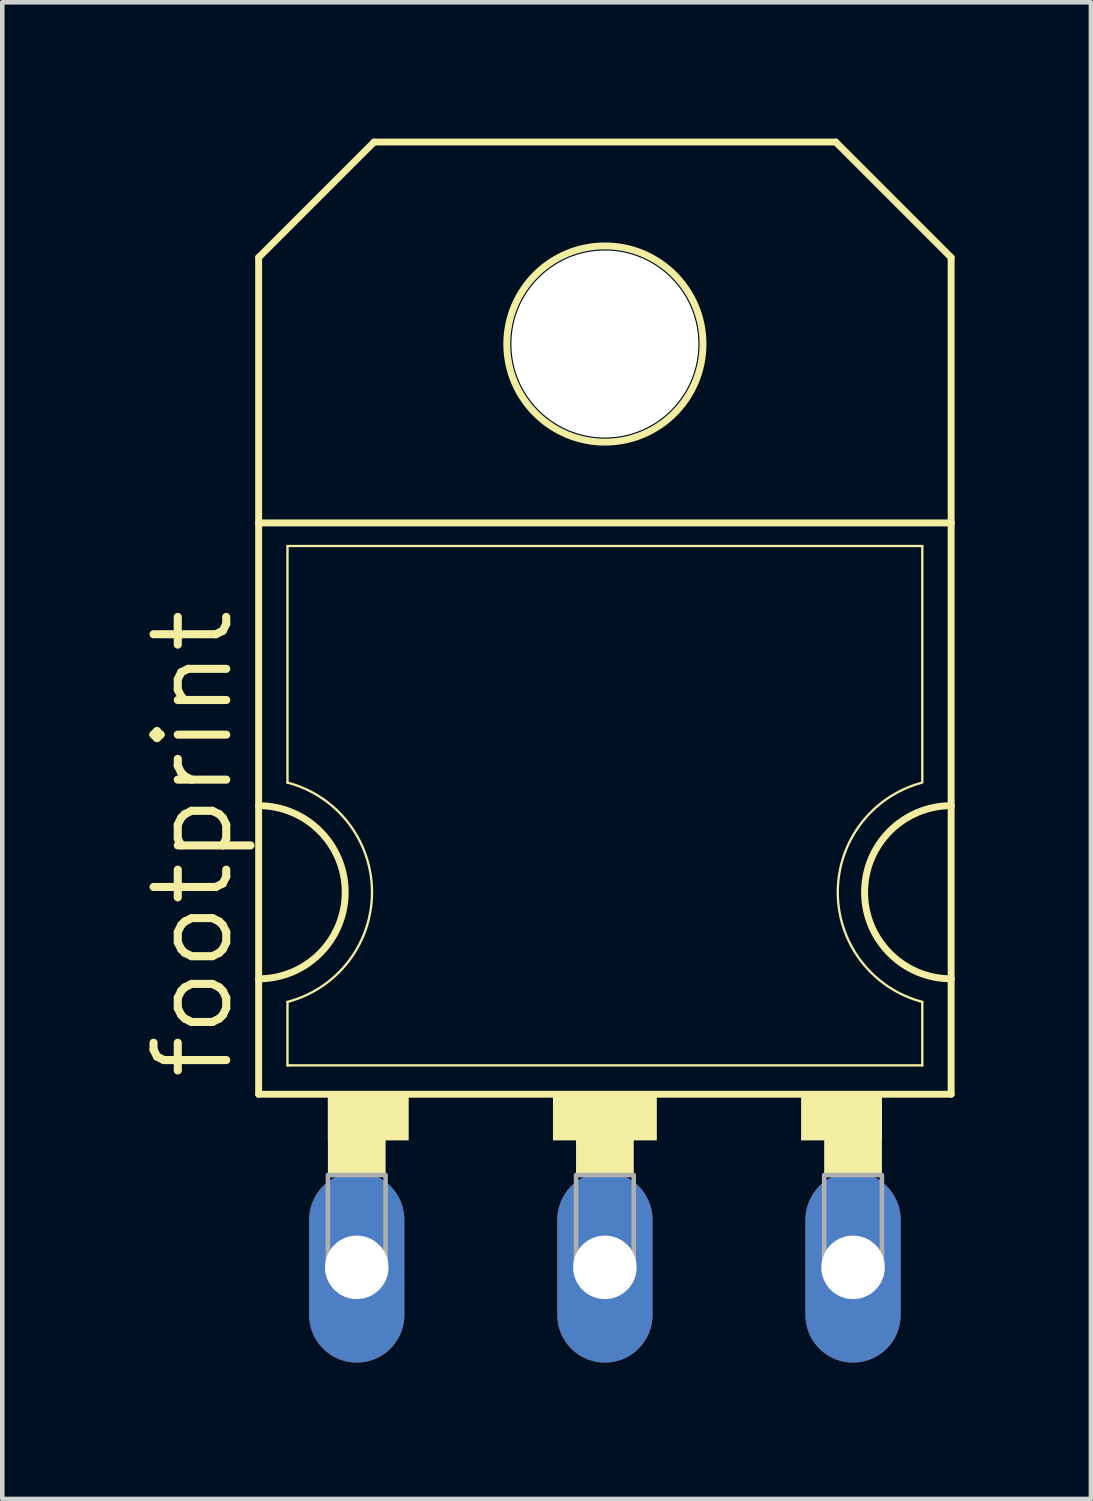
<source format=kicad_pcb>
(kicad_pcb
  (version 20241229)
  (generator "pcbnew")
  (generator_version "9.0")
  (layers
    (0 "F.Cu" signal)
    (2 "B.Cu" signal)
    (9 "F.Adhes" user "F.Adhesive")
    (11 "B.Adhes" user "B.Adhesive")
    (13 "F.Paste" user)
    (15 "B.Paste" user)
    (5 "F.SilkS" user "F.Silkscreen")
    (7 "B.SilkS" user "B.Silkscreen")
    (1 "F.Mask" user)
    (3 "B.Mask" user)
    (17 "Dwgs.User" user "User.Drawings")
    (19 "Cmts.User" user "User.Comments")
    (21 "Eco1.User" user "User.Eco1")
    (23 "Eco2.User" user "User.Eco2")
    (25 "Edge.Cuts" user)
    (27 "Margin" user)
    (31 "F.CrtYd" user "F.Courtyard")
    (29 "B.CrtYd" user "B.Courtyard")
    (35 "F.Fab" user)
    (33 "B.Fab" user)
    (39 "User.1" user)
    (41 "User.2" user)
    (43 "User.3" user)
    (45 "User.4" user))
  (footprint "footprint"
    (layer "F.Cu")
    (at 10.262 14.681)
    (property "Reference" "footprint" (at -8.128 6.096 90) (layer "F.SilkS") (effects (font (size 1.6 1.6) (thickness 0.178)) (justify left bottom)))
    (fp_line (start -7.62 -12.065) (end -7.62 -6.223) (stroke (width 0.152) (type solid)) (layer "F.SilkS"))
    (fp_line (start -7.62 -12.065) (end -5.08 -14.605) (stroke (width 0.152) (type solid)) (layer "F.SilkS"))
    (fp_line (start -7.62 0) (end -7.62 -6.223) (stroke (width 0.152) (type solid)) (layer "F.SilkS"))
    (fp_line (start -7.62 3.81) (end -7.62 0) (stroke (width 0.152) (type solid)) (layer "F.SilkS"))
    (fp_line (start -7.62 6.35) (end -7.62 3.81) (stroke (width 0.152) (type solid)) (layer "F.SilkS"))
    (fp_line (start -7.62 6.35) (end 7.62 6.35) (stroke (width 0.152) (type solid)) (layer "F.SilkS"))
    (fp_line (start -6.985 -0.508) (end -6.985 -5.715) (stroke (width 0.051) (type solid)) (layer "F.SilkS"))
    (fp_line (start -6.985 5.715) (end -6.985 4.318) (stroke (width 0.051) (type solid)) (layer "F.SilkS"))
    (fp_line (start -6.985 5.715) (end 6.985 5.715) (stroke (width 0.051) (type solid)) (layer "F.SilkS"))
    (fp_line (start 5.08 -14.605) (end -5.08 -14.605) (stroke (width 0.152) (type solid)) (layer "F.SilkS"))
    (fp_line (start 6.985 -5.715) (end -6.985 -5.715) (stroke (width 0.051) (type solid)) (layer "F.SilkS"))
    (fp_line (start 6.985 -0.508) (end 6.985 -5.715) (stroke (width 0.051) (type solid)) (layer "F.SilkS"))
    (fp_line (start 6.985 5.715) (end 6.985 4.318) (stroke (width 0.051) (type solid)) (layer "F.SilkS"))
    (fp_line (start 7.62 -12.065) (end 5.08 -14.605) (stroke (width 0.152) (type solid)) (layer "F.SilkS"))
    (fp_line (start 7.62 -12.065) (end 7.62 -6.223) (stroke (width 0.152) (type solid)) (layer "F.SilkS"))
    (fp_line (start 7.62 -6.223) (end -7.62 -6.223) (stroke (width 0.152) (type solid)) (layer "F.SilkS"))
    (fp_line (start 7.62 -6.223) (end 7.62 0) (stroke (width 0.152) (type solid)) (layer "F.SilkS"))
    (fp_line (start 7.62 0) (end 7.62 3.81) (stroke (width 0.152) (type solid)) (layer "F.SilkS"))
    (fp_line (start 7.62 3.81) (end 7.62 6.35) (stroke (width 0.152) (type solid)) (layer "F.SilkS"))
    (fp_arc (start -7.62 0) (mid -5.715 1.905) (end -7.62 3.81) (stroke (width 0.1524) (type solid)) (layer "F.SilkS"))
    (fp_arc (start -6.985 -0.508) (mid -5.124846 1.905) (end -6.985 4.318) (stroke (width 0.0508) (type solid)) (layer "F.SilkS"))
    (fp_arc (start 6.9851 4.3178) (mid 5.125027 1.921942) (end 6.9522 -0.4991) (stroke (width 0.0508) (type solid)) (layer "F.SilkS"))
    (fp_arc (start 7.62 3.81) (mid 5.715 1.905) (end 7.62 0) (stroke (width 0.1524) (type solid)) (layer "F.SilkS"))
    (fp_circle (center 0 -10.16) (end 2.159 -10.16) (stroke (width 0.152) (type solid)) (fill no) (layer "F.SilkS"))
    (fp_poly (pts (xy -6.096 7.366) (xy -4.318 7.366) (xy -4.318 6.35) (xy -6.096 6.35)) (stroke (width 0) (type solid)) (fill yes) (layer "F.SilkS"))
    (fp_poly (pts (xy -6.096 8.128) (xy -4.826 8.128) (xy -4.826 6.35) (xy -6.096 6.35)) (stroke (width 0) (type solid)) (fill yes) (layer "F.SilkS"))
    (fp_poly (pts (xy -1.143 7.366) (xy 1.143 7.366) (xy 1.143 6.35) (xy -1.143 6.35)) (stroke (width 0) (type solid)) (fill yes) (layer "F.SilkS"))
    (fp_poly (pts (xy -0.635 8.128) (xy 0.635 8.128) (xy 0.635 6.35) (xy -0.635 6.35)) (stroke (width 0) (type solid)) (fill yes) (layer "F.SilkS"))
    (fp_poly (pts (xy 4.318 7.366) (xy 6.096 7.366) (xy 6.096 6.35) (xy 4.318 6.35)) (stroke (width 0) (type solid)) (fill yes) (layer "F.SilkS"))
    (fp_poly (pts (xy 4.826 8.128) (xy 6.096 8.128) (xy 6.096 6.35) (xy 4.826 6.35)) (stroke (width 0) (type solid)) (fill yes) (layer "F.SilkS"))
    (fp_poly (pts (xy -6.096 10.287) (xy -4.826 10.287) (xy -4.826 8.128) (xy -6.096 8.128)) (stroke (width 0.1) (type solid)) (fill no) (layer "F.Fab"))
    (fp_poly (pts (xy -0.635 10.287) (xy 0.635 10.287) (xy 0.635 8.128) (xy -0.635 8.128)) (stroke (width 0.1) (type solid)) (fill no) (layer "F.Fab"))
    (fp_poly (pts (xy 4.826 10.287) (xy 6.096 10.287) (xy 6.096 8.128) (xy 4.826 8.128)) (stroke (width 0.1) (type solid)) (fill no) (layer "F.Fab"))
    (pad "" np_thru_hole circle (at 0 -10.16) (size 4.115 4.115) (drill 4.115) (layers "*.Cu" "*.Mask"))
    (pad "A1" thru_hole oval (at -5.461 10.16 90) (size 4.191 2.095) (drill 1.397) (layers "*.Cu" "*.Mask"))
    (pad "A2" thru_hole oval (at 5.461 10.16 90) (size 4.191 2.095) (drill 1.397) (layers "*.Cu" "*.Mask"))
    (pad "C" thru_hole oval (at 0 10.16 90) (size 4.191 2.095) (drill 1.397) (layers "*.Cu" "*.Mask"))
    (zone (net_name "") (layers "F.Cu" "B.Cu") (hatch edge 0.508) (connect_pads) (min_thickness 0.254) (filled_areas_thickness no) (keepout (tracks allowed) (vias not_allowed) (pads allowed) (copperpour allowed) (footprints allowed)) (placement (enabled no)) (fill) (polygon (pts (xy 14.072 4.521) (xy 14.014 3.86) (xy 13.842 3.218) (xy 13.561 2.616) (xy 13.18 2.072) (xy 12.711 1.603) (xy 12.167 1.222) (xy 11.565 0.941) (xy 10.923 0.769) (xy 10.262 0.711) (xy 9.6 0.769) (xy 8.959 0.941) (xy 8.357 1.222) (xy 7.813 1.603) (xy 7.343 2.072) (xy 6.962 2.616) (xy 6.681 3.218) (xy 6.509 3.86) (xy 6.452 4.521) (xy 6.509 5.183) (xy 6.681 5.824) (xy 6.962 6.426) (xy 7.343 6.97) (xy 7.813 7.44) (xy 8.357 7.821) (xy 8.959 8.101) (xy 9.6 8.273) (xy 10.262 8.331) (xy 10.923 8.273) (xy 11.565 8.101) (xy 12.167 7.821) (xy 12.711 7.44) (xy 13.18 6.97) (xy 13.561 6.426) (xy 13.842 5.824) (xy 14.014 5.183))))
    (zone (net_name "") (layer "B.Cu") (hatch edge 0.508) (connect_pads) (min_thickness 0.254) (filled_areas_thickness no) (keepout (tracks not_allowed) (vias not_allowed) (pads not_allowed) (copperpour not_allowed) (footprints allowed)) (placement (enabled no)) (fill) (polygon (pts (xy 14.072 4.521) (xy 14.014 3.86) (xy 13.842 3.218) (xy 13.561 2.616) (xy 13.18 2.072) (xy 12.711 1.603) (xy 12.167 1.222) (xy 11.565 0.941) (xy 10.923 0.769) (xy 10.262 0.711) (xy 9.6 0.769) (xy 8.959 0.941) (xy 8.357 1.222) (xy 7.813 1.603) (xy 7.343 2.072) (xy 6.962 2.616) (xy 6.681 3.218) (xy 6.509 3.86) (xy 6.452 4.521) (xy 6.509 5.183) (xy 6.681 5.824) (xy 6.962 6.426) (xy 7.343 6.97) (xy 7.813 7.44) (xy 8.357 7.821) (xy 8.959 8.101) (xy 9.6 8.273) (xy 10.262 8.331) (xy 10.923 8.273) (xy 11.565 8.101) (xy 12.167 7.821) (xy 12.711 7.44) (xy 13.18 6.97) (xy 13.561 6.426) (xy 13.842 5.824) (xy 14.014 5.183)))))
  (gr_rect
    (start -3 -3)
    (end 20.958 29.937)
    (stroke (width 0.1) (type default))
    (fill no)
    (layer "Edge.Cuts")))
</source>
